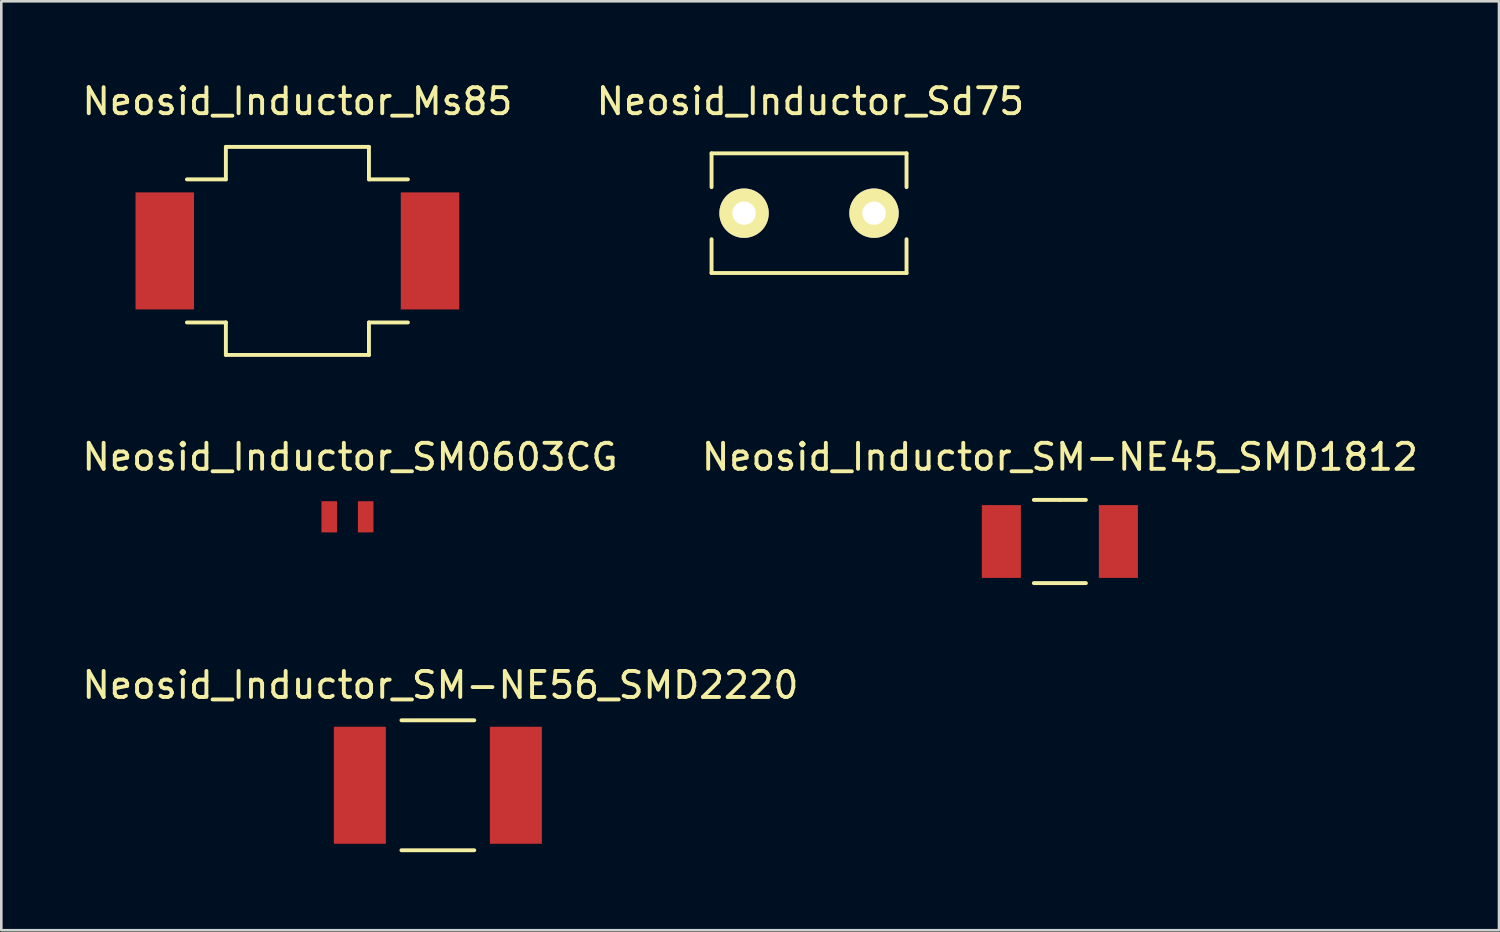
<source format=kicad_pcb>
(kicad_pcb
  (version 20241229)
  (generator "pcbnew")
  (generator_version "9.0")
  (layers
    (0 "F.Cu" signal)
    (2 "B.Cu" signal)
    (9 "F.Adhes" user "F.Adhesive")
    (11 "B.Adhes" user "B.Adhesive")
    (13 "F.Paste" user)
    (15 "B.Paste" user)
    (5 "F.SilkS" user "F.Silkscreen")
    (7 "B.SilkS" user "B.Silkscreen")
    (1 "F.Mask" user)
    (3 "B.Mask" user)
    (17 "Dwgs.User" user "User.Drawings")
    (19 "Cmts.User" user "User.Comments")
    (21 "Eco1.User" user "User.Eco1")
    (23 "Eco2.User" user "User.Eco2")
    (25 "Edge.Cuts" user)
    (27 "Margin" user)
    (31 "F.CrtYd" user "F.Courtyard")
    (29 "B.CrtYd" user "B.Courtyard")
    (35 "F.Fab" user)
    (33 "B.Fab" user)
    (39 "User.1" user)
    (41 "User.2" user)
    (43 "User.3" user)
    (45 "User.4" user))
  (footprint "Neosid_Inductor_SM0603CG"
    (layer "F.Cu")
    (at 10.312 16.824)
    (property "Reference" "Neosid_Inductor_SM0603CG" (at 0.099 -2.301 0) (layer "F.SilkS") (effects (font (size 1 1) (thickness 0.15))))
    (attr smd)
    (pad "1" smd rect (at -0.701 0) (size 0.599 1.199) (layers "F.Cu" "F.Mask" "F.Paste"))
    (pad "2" smd rect (at 0.701 0) (size 0.599 1.199) (layers "F.Cu" "F.Mask" "F.Paste")))
  (footprint "Neosid_Inductor_SM-NE56_SMD2220"
    (layer "F.Cu")
    (at 13.788 27.148)
    (property "Reference" "Neosid_Inductor_SM-NE56_SMD2220" (at 0.099 -3.851 0) (layer "F.SilkS") (effects (font (size 1 1) (thickness 0.15))))
    (attr smd)
    (fp_line (start 1.4 -2.499) (end -1.4 -2.499) (stroke (width 0.15) (type solid)) (layer "F.SilkS"))
    (fp_line (start 1.4 2.499) (end -1.4 2.499) (stroke (width 0.15) (type solid)) (layer "F.SilkS"))
    (pad "1" smd rect (at -3 0) (size 1.999 4.501) (layers "F.Cu" "F.Mask" "F.Paste"))
    (pad "2" smd rect (at 3 0) (size 1.999 4.501) (layers "F.Cu" "F.Mask" "F.Paste")))
  (footprint "Neosid_Inductor_SM-NE45_SMD1812"
    (layer "F.Cu")
    (at 37.708 17.774)
    (property "Reference" "Neosid_Inductor_SM-NE45_SMD1812" (at 0 -3.251 0) (layer "F.SilkS") (effects (font (size 1 1) (thickness 0.15))))
    (attr smd)
    (fp_line (start -1.001 1.6) (end 1.001 1.6) (stroke (width 0.15) (type solid)) (layer "F.SilkS"))
    (fp_line (start 0 -1.6) (end -1.001 -1.6) (stroke (width 0.15) (type solid)) (layer "F.SilkS"))
    (fp_line (start 0 -1.6) (end 1.001 -1.6) (stroke (width 0.15) (type solid)) (layer "F.SilkS"))
    (pad "1" smd rect (at -2.25 0) (size 1.501 2.799) (layers "F.Cu" "F.Mask" "F.Paste"))
    (pad "2" smd rect (at 2.25 0) (size 1.501 2.799) (layers "F.Cu" "F.Mask" "F.Paste")))
  (footprint "Neosid_Inductor_Ms85"
    (layer "F.Cu")
    (at 8.387 6.599)
    (property "Reference" "Neosid_Inductor_Ms85" (at 0 -5.751 0) (layer "F.SilkS") (effects (font (size 1 1) (thickness 0.15))))
    (attr smd)
    (fp_line (start -4.249 2.751) (end -2.751 2.751) (stroke (width 0.15) (type solid)) (layer "F.SilkS"))
    (fp_line (start -2.751 -4) (end -2.751 -2.751) (stroke (width 0.15) (type solid)) (layer "F.SilkS"))
    (fp_line (start -2.751 -2.751) (end -4.249 -2.751) (stroke (width 0.15) (type solid)) (layer "F.SilkS"))
    (fp_line (start -2.751 2.751) (end -2.751 4) (stroke (width 0.15) (type solid)) (layer "F.SilkS"))
    (fp_line (start -2.751 4) (end 2.751 4) (stroke (width 0.15) (type solid)) (layer "F.SilkS"))
    (fp_line (start 2.751 -4) (end -2.751 -4) (stroke (width 0.15) (type solid)) (layer "F.SilkS"))
    (fp_line (start 2.751 -2.751) (end 2.751 -4) (stroke (width 0.15) (type solid)) (layer "F.SilkS"))
    (fp_line (start 2.751 2.751) (end 4.249 2.751) (stroke (width 0.15) (type solid)) (layer "F.SilkS"))
    (fp_line (start 2.751 4) (end 2.751 2.751) (stroke (width 0.15) (type solid)) (layer "F.SilkS"))
    (fp_line (start 4.249 -2.751) (end 2.751 -2.751) (stroke (width 0.15) (type solid)) (layer "F.SilkS"))
    (pad "1" smd rect (at -5.1 0) (size 2.25 4.501) (layers "F.Cu" "F.Mask" "F.Paste"))
    (pad "2" smd rect (at 5.1 0) (size 2.25 4.501) (layers "F.Cu" "F.Mask" "F.Paste")))
  (footprint "Neosid_Inductor_Sd75"
    (layer "F.Cu")
    (at 28.062 5.148)
    (property "Reference" "Neosid_Inductor_Sd75" (at 0.051 -4.3 0) (layer "F.SilkS") (effects (font (size 1 1) (thickness 0.15))))
    (attr through_hole)
    (fp_line (start -3.749 -2.301) (end -3.749 -1.001) (stroke (width 0.15) (type solid)) (layer "F.SilkS"))
    (fp_line (start -3.749 1.001) (end -3.749 2.301) (stroke (width 0.15) (type solid)) (layer "F.SilkS"))
    (fp_line (start 3.749 -2.301) (end -3.749 -2.301) (stroke (width 0.15) (type solid)) (layer "F.SilkS"))
    (fp_line (start 3.749 -2.301) (end 3.749 -1.001) (stroke (width 0.15) (type solid)) (layer "F.SilkS"))
    (fp_line (start 3.749 1.001) (end 3.749 2.301) (stroke (width 0.15) (type solid)) (layer "F.SilkS"))
    (fp_line (start 3.749 2.301) (end -3.749 2.301) (stroke (width 0.15) (type solid)) (layer "F.SilkS"))
    (pad "1" thru_hole circle (at -2.499 0) (size 1.9 1.9) (drill 0.899) (layers "*.Cu" "*.Mask" "F.SilkS"))
    (pad "2" thru_hole circle (at 2.499 0) (size 1.9 1.9) (drill 0.899) (layers "*.Cu" "*.Mask" "F.SilkS")))
  (gr_rect
    (start -3 -3)
    (end 54.595 32.722)
    (stroke (width 0.1) (type default))
    (fill no)
    (layer "Edge.Cuts")))
</source>
